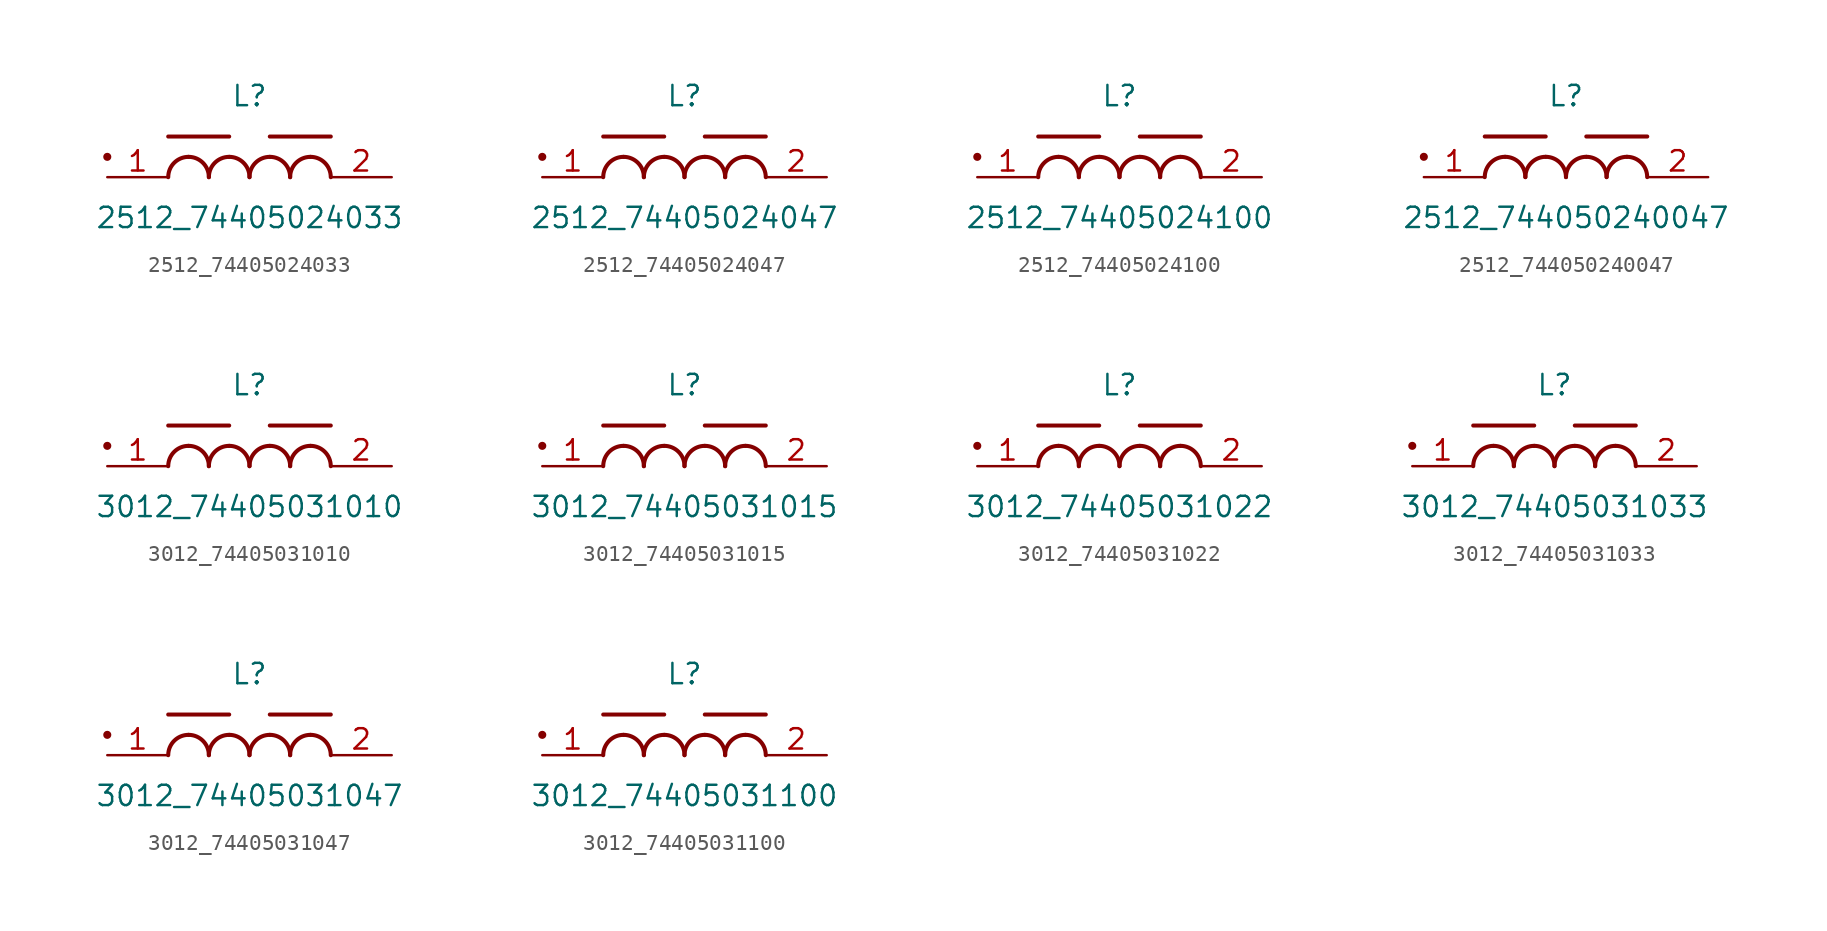
<source format=kicad_sym>
(kicad_symbol_lib
  (version 20211014)
  (generator kicad_symbol_editor)
  (symbol "Inductor_Wurth_WE-LQSH:2512_74405024033"
    (pin_names hide)
    (property "Reference" "L"
      (at 0 5.08 0)
      (effects (font (size 1.27 1.27))))
    (property "Value" "2512_74405024033"
      (at 0 -2.54 0)
      (effects (font (size 1.27 1.27))))
    (symbol "2512_74405024033_0_1"
      (circle (center -8.89 1.27) (radius 0.0001) (stroke (width 0.254)) (stroke (width 0.254) (type default) (color 0 0 0 0)) (fill (type none)))
      (arc (start -3.81 1.27) (mid -4.708 0.898) (end -5.08 0) (stroke (width 0.254) (type default) (color 0 0 0 0)) (fill (type none)))
      (arc (start -2.54 0) (mid -2.912 0.898) (end -3.81 1.27) (stroke (width 0.254) (type default) (color 0 0 0 0)) (fill (type none)))
      (arc (start -1.2699 1.2701) (mid -2.1679 0.8981) (end -2.5399 0.0001) (stroke (width 0.254) (type default) (color 0 0 0 0)) (fill (type none)))
      (polyline (pts (xy -5.08 2.54) (xy -1.27 2.54)) (stroke (width 0.254) (type default) (color 0 0 0 0)) (fill (type none)))
      (polyline (pts (xy 5.08 2.54) (xy 1.27 2.54)) (stroke (width 0.254) (type default) (color 0 0 0 0)) (fill (type none)))
      (arc (start 0.0001 0.0001) (mid -0.3719 0.8981) (end -1.2699 1.2701) (stroke (width 0.254) (type default) (color 0 0 0 0)) (fill (type none)))
      (arc (start 1.2701 1.2701) (mid 0.3721 0.8981) (end 0.0001 0.0001) (stroke (width 0.254) (type default) (color 0 0 0 0)) (fill (type none)))
      (arc (start 2.5401 0.0001) (mid 2.1681 0.8981) (end 1.2701 1.2701) (stroke (width 0.254) (type default) (color 0 0 0 0)) (fill (type none)))
      (arc (start 3.8101 1.2701) (mid 2.9121 0.8981) (end 2.5401 0.0001) (stroke (width 0.254) (type default) (color 0 0 0 0)) (fill (type none)))
      (arc (start 5.0801 0.0001) (mid 4.7081 0.8981) (end 3.8101 1.2701) (stroke (width 0.254) (type default) (color 0 0 0 0)) (fill (type none))))
    (symbol "2512_74405024033_1_1"
      (pin passive line (at -8.89 0 0) (length 3.81) (name "1" (effects (font (size 1.27 1.27)))) (number "1" (effects (font (size 1.27 1.27)))))
      (pin passive line (at 8.89 0 180) (length 3.81) (name "2" (effects (font (size 1.27 1.27)))) (number "2" (effects (font (size 1.27 1.27)))))))
  (symbol "Inductor_Wurth_WE-LQSH:2512_74405024047"
    (pin_names hide)
    (property "Reference" "L"
      (at 0 5.08 0)
      (effects (font (size 1.27 1.27))))
    (property "Value" "2512_74405024047"
      (at 0 -2.54 0)
      (effects (font (size 1.27 1.27))))
    (symbol "2512_74405024047_0_1"
      (circle (center -8.89 1.27) (radius 0.0001) (stroke (width 0.254)) (stroke (width 0.254) (type default) (color 0 0 0 0)) (fill (type none)))
      (arc (start -3.81 1.27) (mid -4.708 0.898) (end -5.08 0) (stroke (width 0.254) (type default) (color 0 0 0 0)) (fill (type none)))
      (arc (start -2.54 0) (mid -2.912 0.898) (end -3.81 1.27) (stroke (width 0.254) (type default) (color 0 0 0 0)) (fill (type none)))
      (arc (start -1.2699 1.2701) (mid -2.1679 0.8981) (end -2.5399 0.0001) (stroke (width 0.254) (type default) (color 0 0 0 0)) (fill (type none)))
      (polyline (pts (xy -5.08 2.54) (xy -1.27 2.54)) (stroke (width 0.254) (type default) (color 0 0 0 0)) (fill (type none)))
      (polyline (pts (xy 5.08 2.54) (xy 1.27 2.54)) (stroke (width 0.254) (type default) (color 0 0 0 0)) (fill (type none)))
      (arc (start 0.0001 0.0001) (mid -0.3719 0.8981) (end -1.2699 1.2701) (stroke (width 0.254) (type default) (color 0 0 0 0)) (fill (type none)))
      (arc (start 1.2701 1.2701) (mid 0.3721 0.8981) (end 0.0001 0.0001) (stroke (width 0.254) (type default) (color 0 0 0 0)) (fill (type none)))
      (arc (start 2.5401 0.0001) (mid 2.1681 0.8981) (end 1.2701 1.2701) (stroke (width 0.254) (type default) (color 0 0 0 0)) (fill (type none)))
      (arc (start 3.8101 1.2701) (mid 2.9121 0.8981) (end 2.5401 0.0001) (stroke (width 0.254) (type default) (color 0 0 0 0)) (fill (type none)))
      (arc (start 5.0801 0.0001) (mid 4.7081 0.8981) (end 3.8101 1.2701) (stroke (width 0.254) (type default) (color 0 0 0 0)) (fill (type none))))
    (symbol "2512_74405024047_1_1"
      (pin passive line (at -8.89 0 0) (length 3.81) (name "1" (effects (font (size 1.27 1.27)))) (number "1" (effects (font (size 1.27 1.27)))))
      (pin passive line (at 8.89 0 180) (length 3.81) (name "2" (effects (font (size 1.27 1.27)))) (number "2" (effects (font (size 1.27 1.27)))))))
  (symbol "Inductor_Wurth_WE-LQSH:2512_74405024100"
    (pin_names hide)
    (property "Reference" "L"
      (at 0 5.08 0)
      (effects (font (size 1.27 1.27))))
    (property "Value" "2512_74405024100"
      (at 0 -2.54 0)
      (effects (font (size 1.27 1.27))))
    (symbol "2512_74405024100_0_1"
      (circle (center -8.89 1.27) (radius 0.0001) (stroke (width 0.254)) (stroke (width 0.254) (type default) (color 0 0 0 0)) (fill (type none)))
      (arc (start -3.81 1.27) (mid -4.708 0.898) (end -5.08 0) (stroke (width 0.254) (type default) (color 0 0 0 0)) (fill (type none)))
      (arc (start -2.54 0) (mid -2.912 0.898) (end -3.81 1.27) (stroke (width 0.254) (type default) (color 0 0 0 0)) (fill (type none)))
      (arc (start -1.2699 1.2701) (mid -2.1679 0.8981) (end -2.5399 0.0001) (stroke (width 0.254) (type default) (color 0 0 0 0)) (fill (type none)))
      (polyline (pts (xy -5.08 2.54) (xy -1.27 2.54)) (stroke (width 0.254) (type default) (color 0 0 0 0)) (fill (type none)))
      (polyline (pts (xy 5.08 2.54) (xy 1.27 2.54)) (stroke (width 0.254) (type default) (color 0 0 0 0)) (fill (type none)))
      (arc (start 0.0001 0.0001) (mid -0.3719 0.8981) (end -1.2699 1.2701) (stroke (width 0.254) (type default) (color 0 0 0 0)) (fill (type none)))
      (arc (start 1.2701 1.2701) (mid 0.3721 0.8981) (end 0.0001 0.0001) (stroke (width 0.254) (type default) (color 0 0 0 0)) (fill (type none)))
      (arc (start 2.5401 0.0001) (mid 2.1681 0.8981) (end 1.2701 1.2701) (stroke (width 0.254) (type default) (color 0 0 0 0)) (fill (type none)))
      (arc (start 3.8101 1.2701) (mid 2.9121 0.8981) (end 2.5401 0.0001) (stroke (width 0.254) (type default) (color 0 0 0 0)) (fill (type none)))
      (arc (start 5.0801 0.0001) (mid 4.7081 0.8981) (end 3.8101 1.2701) (stroke (width 0.254) (type default) (color 0 0 0 0)) (fill (type none))))
    (symbol "2512_74405024100_1_1"
      (pin passive line (at -8.89 0 0) (length 3.81) (name "1" (effects (font (size 1.27 1.27)))) (number "1" (effects (font (size 1.27 1.27)))))
      (pin passive line (at 8.89 0 180) (length 3.81) (name "2" (effects (font (size 1.27 1.27)))) (number "2" (effects (font (size 1.27 1.27)))))))
  (symbol "Inductor_Wurth_WE-LQSH:2512_744050240047"
    (pin_names hide)
    (property "Reference" "L"
      (at 0 5.08 0)
      (effects (font (size 1.27 1.27))))
    (property "Value" "2512_744050240047"
      (at 0 -2.54 0)
      (effects (font (size 1.27 1.27))))
    (symbol "2512_744050240047_0_1"
      (circle (center -8.89 1.27) (radius 0.0001) (stroke (width 0.254)) (stroke (width 0.254) (type default) (color 0 0 0 0)) (fill (type none)))
      (arc (start -3.81 1.27) (mid -4.708 0.898) (end -5.08 0) (stroke (width 0.254) (type default) (color 0 0 0 0)) (fill (type none)))
      (arc (start -2.54 0) (mid -2.912 0.898) (end -3.81 1.27) (stroke (width 0.254) (type default) (color 0 0 0 0)) (fill (type none)))
      (arc (start -1.2699 1.2701) (mid -2.1679 0.8981) (end -2.5399 0.0001) (stroke (width 0.254) (type default) (color 0 0 0 0)) (fill (type none)))
      (polyline (pts (xy -5.08 2.54) (xy -1.27 2.54)) (stroke (width 0.254) (type default) (color 0 0 0 0)) (fill (type none)))
      (polyline (pts (xy 5.08 2.54) (xy 1.27 2.54)) (stroke (width 0.254) (type default) (color 0 0 0 0)) (fill (type none)))
      (arc (start 0.0001 0.0001) (mid -0.3719 0.8981) (end -1.2699 1.2701) (stroke (width 0.254) (type default) (color 0 0 0 0)) (fill (type none)))
      (arc (start 1.2701 1.2701) (mid 0.3721 0.8981) (end 0.0001 0.0001) (stroke (width 0.254) (type default) (color 0 0 0 0)) (fill (type none)))
      (arc (start 2.5401 0.0001) (mid 2.1681 0.8981) (end 1.2701 1.2701) (stroke (width 0.254) (type default) (color 0 0 0 0)) (fill (type none)))
      (arc (start 3.8101 1.2701) (mid 2.9121 0.8981) (end 2.5401 0.0001) (stroke (width 0.254) (type default) (color 0 0 0 0)) (fill (type none)))
      (arc (start 5.0801 0.0001) (mid 4.7081 0.8981) (end 3.8101 1.2701) (stroke (width 0.254) (type default) (color 0 0 0 0)) (fill (type none))))
    (symbol "2512_744050240047_1_1"
      (pin passive line (at -8.89 0 0) (length 3.81) (name "1" (effects (font (size 1.27 1.27)))) (number "1" (effects (font (size 1.27 1.27)))))
      (pin passive line (at 8.89 0 180) (length 3.81) (name "2" (effects (font (size 1.27 1.27)))) (number "2" (effects (font (size 1.27 1.27)))))))
  (symbol "Inductor_Wurth_WE-LQSH:3012_74405031010"
    (pin_names hide)
    (property "Reference" "L"
      (at 0 5.08 0)
      (effects (font (size 1.27 1.27))))
    (property "Value" "3012_74405031010"
      (at 0 -2.54 0)
      (effects (font (size 1.27 1.27))))
    (symbol "3012_74405031010_0_1"
      (circle (center -8.89 1.27) (radius 0.0001) (stroke (width 0.254)) (stroke (width 0.254) (type default) (color 0 0 0 0)) (fill (type none)))
      (arc (start -3.81 1.27) (mid -4.708 0.898) (end -5.08 0) (stroke (width 0.254) (type default) (color 0 0 0 0)) (fill (type none)))
      (arc (start -2.54 0) (mid -2.912 0.898) (end -3.81 1.27) (stroke (width 0.254) (type default) (color 0 0 0 0)) (fill (type none)))
      (arc (start -1.2699 1.2701) (mid -2.1679 0.8981) (end -2.5399 0.0001) (stroke (width 0.254) (type default) (color 0 0 0 0)) (fill (type none)))
      (polyline (pts (xy -5.08 2.54) (xy -1.27 2.54)) (stroke (width 0.254) (type default) (color 0 0 0 0)) (fill (type none)))
      (polyline (pts (xy 5.08 2.54) (xy 1.27 2.54)) (stroke (width 0.254) (type default) (color 0 0 0 0)) (fill (type none)))
      (arc (start 0.0001 0.0001) (mid -0.3719 0.8981) (end -1.2699 1.2701) (stroke (width 0.254) (type default) (color 0 0 0 0)) (fill (type none)))
      (arc (start 1.2701 1.2701) (mid 0.3721 0.8981) (end 0.0001 0.0001) (stroke (width 0.254) (type default) (color 0 0 0 0)) (fill (type none)))
      (arc (start 2.5401 0.0001) (mid 2.1681 0.8981) (end 1.2701 1.2701) (stroke (width 0.254) (type default) (color 0 0 0 0)) (fill (type none)))
      (arc (start 3.8101 1.2701) (mid 2.9121 0.8981) (end 2.5401 0.0001) (stroke (width 0.254) (type default) (color 0 0 0 0)) (fill (type none)))
      (arc (start 5.0801 0.0001) (mid 4.7081 0.8981) (end 3.8101 1.2701) (stroke (width 0.254) (type default) (color 0 0 0 0)) (fill (type none))))
    (symbol "3012_74405031010_1_1"
      (pin passive line (at -8.89 0 0) (length 3.81) (name "1" (effects (font (size 1.27 1.27)))) (number "1" (effects (font (size 1.27 1.27)))))
      (pin passive line (at 8.89 0 180) (length 3.81) (name "2" (effects (font (size 1.27 1.27)))) (number "2" (effects (font (size 1.27 1.27)))))))
  (symbol "Inductor_Wurth_WE-LQSH:3012_74405031015"
    (pin_names hide)
    (property "Reference" "L"
      (at 0 5.08 0)
      (effects (font (size 1.27 1.27))))
    (property "Value" "3012_74405031015"
      (at 0 -2.54 0)
      (effects (font (size 1.27 1.27))))
    (symbol "3012_74405031015_0_1"
      (circle (center -8.89 1.27) (radius 0.0001) (stroke (width 0.254)) (stroke (width 0.254) (type default) (color 0 0 0 0)) (fill (type none)))
      (arc (start -3.81 1.27) (mid -4.708 0.898) (end -5.08 0) (stroke (width 0.254) (type default) (color 0 0 0 0)) (fill (type none)))
      (arc (start -2.54 0) (mid -2.912 0.898) (end -3.81 1.27) (stroke (width 0.254) (type default) (color 0 0 0 0)) (fill (type none)))
      (arc (start -1.2699 1.2701) (mid -2.1679 0.8981) (end -2.5399 0.0001) (stroke (width 0.254) (type default) (color 0 0 0 0)) (fill (type none)))
      (polyline (pts (xy -5.08 2.54) (xy -1.27 2.54)) (stroke (width 0.254) (type default) (color 0 0 0 0)) (fill (type none)))
      (polyline (pts (xy 5.08 2.54) (xy 1.27 2.54)) (stroke (width 0.254) (type default) (color 0 0 0 0)) (fill (type none)))
      (arc (start 0.0001 0.0001) (mid -0.3719 0.8981) (end -1.2699 1.2701) (stroke (width 0.254) (type default) (color 0 0 0 0)) (fill (type none)))
      (arc (start 1.2701 1.2701) (mid 0.3721 0.8981) (end 0.0001 0.0001) (stroke (width 0.254) (type default) (color 0 0 0 0)) (fill (type none)))
      (arc (start 2.5401 0.0001) (mid 2.1681 0.8981) (end 1.2701 1.2701) (stroke (width 0.254) (type default) (color 0 0 0 0)) (fill (type none)))
      (arc (start 3.8101 1.2701) (mid 2.9121 0.8981) (end 2.5401 0.0001) (stroke (width 0.254) (type default) (color 0 0 0 0)) (fill (type none)))
      (arc (start 5.0801 0.0001) (mid 4.7081 0.8981) (end 3.8101 1.2701) (stroke (width 0.254) (type default) (color 0 0 0 0)) (fill (type none))))
    (symbol "3012_74405031015_1_1"
      (pin passive line (at -8.89 0 0) (length 3.81) (name "1" (effects (font (size 1.27 1.27)))) (number "1" (effects (font (size 1.27 1.27)))))
      (pin passive line (at 8.89 0 180) (length 3.81) (name "2" (effects (font (size 1.27 1.27)))) (number "2" (effects (font (size 1.27 1.27)))))))
  (symbol "Inductor_Wurth_WE-LQSH:3012_74405031022"
    (pin_names hide)
    (property "Reference" "L"
      (at 0 5.08 0)
      (effects (font (size 1.27 1.27))))
    (property "Value" "3012_74405031022"
      (at 0 -2.54 0)
      (effects (font (size 1.27 1.27))))
    (symbol "3012_74405031022_0_1"
      (circle (center -8.89 1.27) (radius 0.0001) (stroke (width 0.254)) (stroke (width 0.254) (type default) (color 0 0 0 0)) (fill (type none)))
      (arc (start -3.81 1.27) (mid -4.708 0.898) (end -5.08 0) (stroke (width 0.254) (type default) (color 0 0 0 0)) (fill (type none)))
      (arc (start -2.54 0) (mid -2.912 0.898) (end -3.81 1.27) (stroke (width 0.254) (type default) (color 0 0 0 0)) (fill (type none)))
      (arc (start -1.2699 1.2701) (mid -2.1679 0.8981) (end -2.5399 0.0001) (stroke (width 0.254) (type default) (color 0 0 0 0)) (fill (type none)))
      (polyline (pts (xy -5.08 2.54) (xy -1.27 2.54)) (stroke (width 0.254) (type default) (color 0 0 0 0)) (fill (type none)))
      (polyline (pts (xy 5.08 2.54) (xy 1.27 2.54)) (stroke (width 0.254) (type default) (color 0 0 0 0)) (fill (type none)))
      (arc (start 0.0001 0.0001) (mid -0.3719 0.8981) (end -1.2699 1.2701) (stroke (width 0.254) (type default) (color 0 0 0 0)) (fill (type none)))
      (arc (start 1.2701 1.2701) (mid 0.3721 0.8981) (end 0.0001 0.0001) (stroke (width 0.254) (type default) (color 0 0 0 0)) (fill (type none)))
      (arc (start 2.5401 0.0001) (mid 2.1681 0.8981) (end 1.2701 1.2701) (stroke (width 0.254) (type default) (color 0 0 0 0)) (fill (type none)))
      (arc (start 3.8101 1.2701) (mid 2.9121 0.8981) (end 2.5401 0.0001) (stroke (width 0.254) (type default) (color 0 0 0 0)) (fill (type none)))
      (arc (start 5.0801 0.0001) (mid 4.7081 0.8981) (end 3.8101 1.2701) (stroke (width 0.254) (type default) (color 0 0 0 0)) (fill (type none))))
    (symbol "3012_74405031022_1_1"
      (pin passive line (at -8.89 0 0) (length 3.81) (name "1" (effects (font (size 1.27 1.27)))) (number "1" (effects (font (size 1.27 1.27)))))
      (pin passive line (at 8.89 0 180) (length 3.81) (name "2" (effects (font (size 1.27 1.27)))) (number "2" (effects (font (size 1.27 1.27)))))))
  (symbol "Inductor_Wurth_WE-LQSH:3012_74405031033"
    (pin_names hide)
    (property "Reference" "L"
      (at 0 5.08 0)
      (effects (font (size 1.27 1.27))))
    (property "Value" "3012_74405031033"
      (at 0 -2.54 0)
      (effects (font (size 1.27 1.27))))
    (symbol "3012_74405031033_0_1"
      (circle (center -8.89 1.27) (radius 0.0001) (stroke (width 0.254)) (stroke (width 0.254) (type default) (color 0 0 0 0)) (fill (type none)))
      (arc (start -3.81 1.27) (mid -4.708 0.898) (end -5.08 0) (stroke (width 0.254) (type default) (color 0 0 0 0)) (fill (type none)))
      (arc (start -2.54 0) (mid -2.912 0.898) (end -3.81 1.27) (stroke (width 0.254) (type default) (color 0 0 0 0)) (fill (type none)))
      (arc (start -1.2699 1.2701) (mid -2.1679 0.8981) (end -2.5399 0.0001) (stroke (width 0.254) (type default) (color 0 0 0 0)) (fill (type none)))
      (polyline (pts (xy -5.08 2.54) (xy -1.27 2.54)) (stroke (width 0.254) (type default) (color 0 0 0 0)) (fill (type none)))
      (polyline (pts (xy 5.08 2.54) (xy 1.27 2.54)) (stroke (width 0.254) (type default) (color 0 0 0 0)) (fill (type none)))
      (arc (start 0.0001 0.0001) (mid -0.3719 0.8981) (end -1.2699 1.2701) (stroke (width 0.254) (type default) (color 0 0 0 0)) (fill (type none)))
      (arc (start 1.2701 1.2701) (mid 0.3721 0.8981) (end 0.0001 0.0001) (stroke (width 0.254) (type default) (color 0 0 0 0)) (fill (type none)))
      (arc (start 2.5401 0.0001) (mid 2.1681 0.8981) (end 1.2701 1.2701) (stroke (width 0.254) (type default) (color 0 0 0 0)) (fill (type none)))
      (arc (start 3.8101 1.2701) (mid 2.9121 0.8981) (end 2.5401 0.0001) (stroke (width 0.254) (type default) (color 0 0 0 0)) (fill (type none)))
      (arc (start 5.0801 0.0001) (mid 4.7081 0.8981) (end 3.8101 1.2701) (stroke (width 0.254) (type default) (color 0 0 0 0)) (fill (type none))))
    (symbol "3012_74405031033_1_1"
      (pin passive line (at -8.89 0 0) (length 3.81) (name "1" (effects (font (size 1.27 1.27)))) (number "1" (effects (font (size 1.27 1.27)))))
      (pin passive line (at 8.89 0 180) (length 3.81) (name "2" (effects (font (size 1.27 1.27)))) (number "2" (effects (font (size 1.27 1.27)))))))
  (symbol "Inductor_Wurth_WE-LQSH:3012_74405031047"
    (pin_names hide)
    (property "Reference" "L"
      (at 0 5.08 0)
      (effects (font (size 1.27 1.27))))
    (property "Value" "3012_74405031047"
      (at 0 -2.54 0)
      (effects (font (size 1.27 1.27))))
    (symbol "3012_74405031047_0_1"
      (circle (center -8.89 1.27) (radius 0.0001) (stroke (width 0.254)) (stroke (width 0.254) (type default) (color 0 0 0 0)) (fill (type none)))
      (arc (start -3.81 1.27) (mid -4.708 0.898) (end -5.08 0) (stroke (width 0.254) (type default) (color 0 0 0 0)) (fill (type none)))
      (arc (start -2.54 0) (mid -2.912 0.898) (end -3.81 1.27) (stroke (width 0.254) (type default) (color 0 0 0 0)) (fill (type none)))
      (arc (start -1.2699 1.2701) (mid -2.1679 0.8981) (end -2.5399 0.0001) (stroke (width 0.254) (type default) (color 0 0 0 0)) (fill (type none)))
      (polyline (pts (xy -5.08 2.54) (xy -1.27 2.54)) (stroke (width 0.254) (type default) (color 0 0 0 0)) (fill (type none)))
      (polyline (pts (xy 5.08 2.54) (xy 1.27 2.54)) (stroke (width 0.254) (type default) (color 0 0 0 0)) (fill (type none)))
      (arc (start 0.0001 0.0001) (mid -0.3719 0.8981) (end -1.2699 1.2701) (stroke (width 0.254) (type default) (color 0 0 0 0)) (fill (type none)))
      (arc (start 1.2701 1.2701) (mid 0.3721 0.8981) (end 0.0001 0.0001) (stroke (width 0.254) (type default) (color 0 0 0 0)) (fill (type none)))
      (arc (start 2.5401 0.0001) (mid 2.1681 0.8981) (end 1.2701 1.2701) (stroke (width 0.254) (type default) (color 0 0 0 0)) (fill (type none)))
      (arc (start 3.8101 1.2701) (mid 2.9121 0.8981) (end 2.5401 0.0001) (stroke (width 0.254) (type default) (color 0 0 0 0)) (fill (type none)))
      (arc (start 5.0801 0.0001) (mid 4.7081 0.8981) (end 3.8101 1.2701) (stroke (width 0.254) (type default) (color 0 0 0 0)) (fill (type none))))
    (symbol "3012_74405031047_1_1"
      (pin passive line (at -8.89 0 0) (length 3.81) (name "1" (effects (font (size 1.27 1.27)))) (number "1" (effects (font (size 1.27 1.27)))))
      (pin passive line (at 8.89 0 180) (length 3.81) (name "2" (effects (font (size 1.27 1.27)))) (number "2" (effects (font (size 1.27 1.27)))))))
  (symbol "Inductor_Wurth_WE-LQSH:3012_74405031100"
    (pin_names hide)
    (property "Reference" "L"
      (at 0 5.08 0)
      (effects (font (size 1.27 1.27))))
    (property "Value" "3012_74405031100"
      (at 0 -2.54 0)
      (effects (font (size 1.27 1.27))))
    (symbol "3012_74405031100_0_1"
      (circle (center -8.89 1.27) (radius 0.0001) (stroke (width 0.254)) (stroke (width 0.254) (type default) (color 0 0 0 0)) (fill (type none)))
      (arc (start -3.81 1.27) (mid -4.708 0.898) (end -5.08 0) (stroke (width 0.254) (type default) (color 0 0 0 0)) (fill (type none)))
      (arc (start -2.54 0) (mid -2.912 0.898) (end -3.81 1.27) (stroke (width 0.254) (type default) (color 0 0 0 0)) (fill (type none)))
      (arc (start -1.2699 1.2701) (mid -2.1679 0.8981) (end -2.5399 0.0001) (stroke (width 0.254) (type default) (color 0 0 0 0)) (fill (type none)))
      (polyline (pts (xy -5.08 2.54) (xy -1.27 2.54)) (stroke (width 0.254) (type default) (color 0 0 0 0)) (fill (type none)))
      (polyline (pts (xy 5.08 2.54) (xy 1.27 2.54)) (stroke (width 0.254) (type default) (color 0 0 0 0)) (fill (type none)))
      (arc (start 0.0001 0.0001) (mid -0.3719 0.8981) (end -1.2699 1.2701) (stroke (width 0.254) (type default) (color 0 0 0 0)) (fill (type none)))
      (arc (start 1.2701 1.2701) (mid 0.3721 0.8981) (end 0.0001 0.0001) (stroke (width 0.254) (type default) (color 0 0 0 0)) (fill (type none)))
      (arc (start 2.5401 0.0001) (mid 2.1681 0.8981) (end 1.2701 1.2701) (stroke (width 0.254) (type default) (color 0 0 0 0)) (fill (type none)))
      (arc (start 3.8101 1.2701) (mid 2.9121 0.8981) (end 2.5401 0.0001) (stroke (width 0.254) (type default) (color 0 0 0 0)) (fill (type none)))
      (arc (start 5.0801 0.0001) (mid 4.7081 0.8981) (end 3.8101 1.2701) (stroke (width 0.254) (type default) (color 0 0 0 0)) (fill (type none))))
    (symbol "3012_74405031100_1_1"
      (pin passive line (at -8.89 0 0) (length 3.81) (name "1" (effects (font (size 1.27 1.27)))) (number "1" (effects (font (size 1.27 1.27)))))
      (pin passive line (at 8.89 0 180) (length 3.81) (name "2" (effects (font (size 1.27 1.27)))) (number "2" (effects (font (size 1.27 1.27))))))))
</source>
